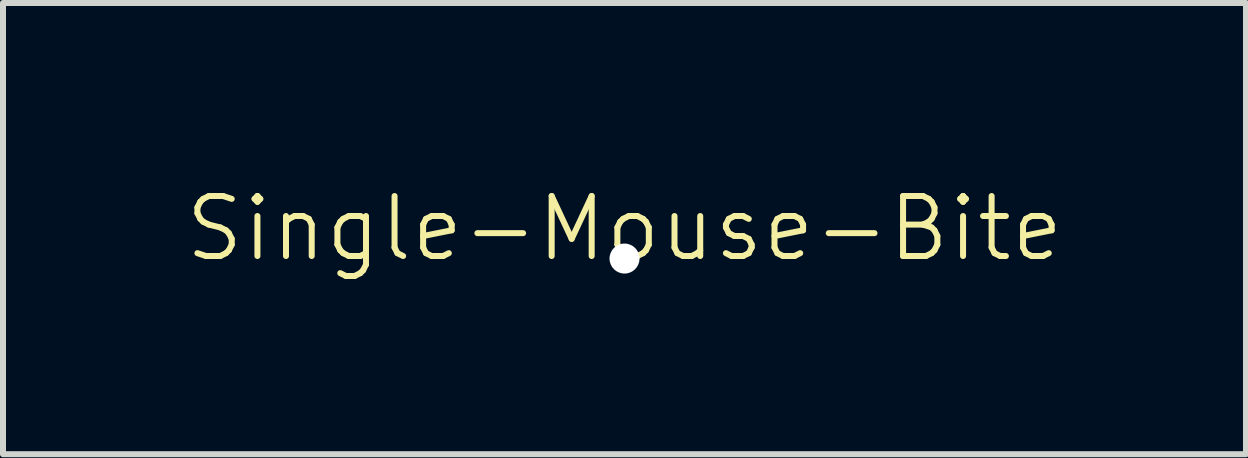
<source format=kicad_pcb>
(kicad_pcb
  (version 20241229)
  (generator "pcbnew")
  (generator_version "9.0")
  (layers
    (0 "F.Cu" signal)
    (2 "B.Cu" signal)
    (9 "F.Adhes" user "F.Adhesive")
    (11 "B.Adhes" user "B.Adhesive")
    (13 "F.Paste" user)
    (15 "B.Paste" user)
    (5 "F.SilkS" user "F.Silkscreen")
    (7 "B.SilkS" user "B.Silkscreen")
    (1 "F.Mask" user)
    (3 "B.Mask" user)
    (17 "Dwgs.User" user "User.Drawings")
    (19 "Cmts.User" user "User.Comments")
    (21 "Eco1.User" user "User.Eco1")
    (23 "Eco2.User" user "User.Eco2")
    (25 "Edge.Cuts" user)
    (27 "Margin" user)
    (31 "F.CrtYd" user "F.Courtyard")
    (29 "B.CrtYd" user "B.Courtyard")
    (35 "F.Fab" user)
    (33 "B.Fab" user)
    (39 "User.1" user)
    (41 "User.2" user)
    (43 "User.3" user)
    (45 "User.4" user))
  (footprint "Single-Mouse-Bite"
    (layer "F.Cu")
    (at 7.36 1.26)
    (property "Reference" "Single-Mouse-Bite" (at 0 -0.5 0) (unlocked yes) (layer "F.SilkS") (effects (font (size 1 1) (thickness 0.1))))
    (attr through_hole)
    (pad "" np_thru_hole circle (at 0 0) (size 0.5 0.5) (drill 0.5) (layers "*.Cu" "*.Mask")))
  (gr_rect
    (start -3 -3)
    (end 17.719 4.521)
    (stroke (width 0.1) (type default))
    (fill no)
    (layer "Edge.Cuts")))
</source>
